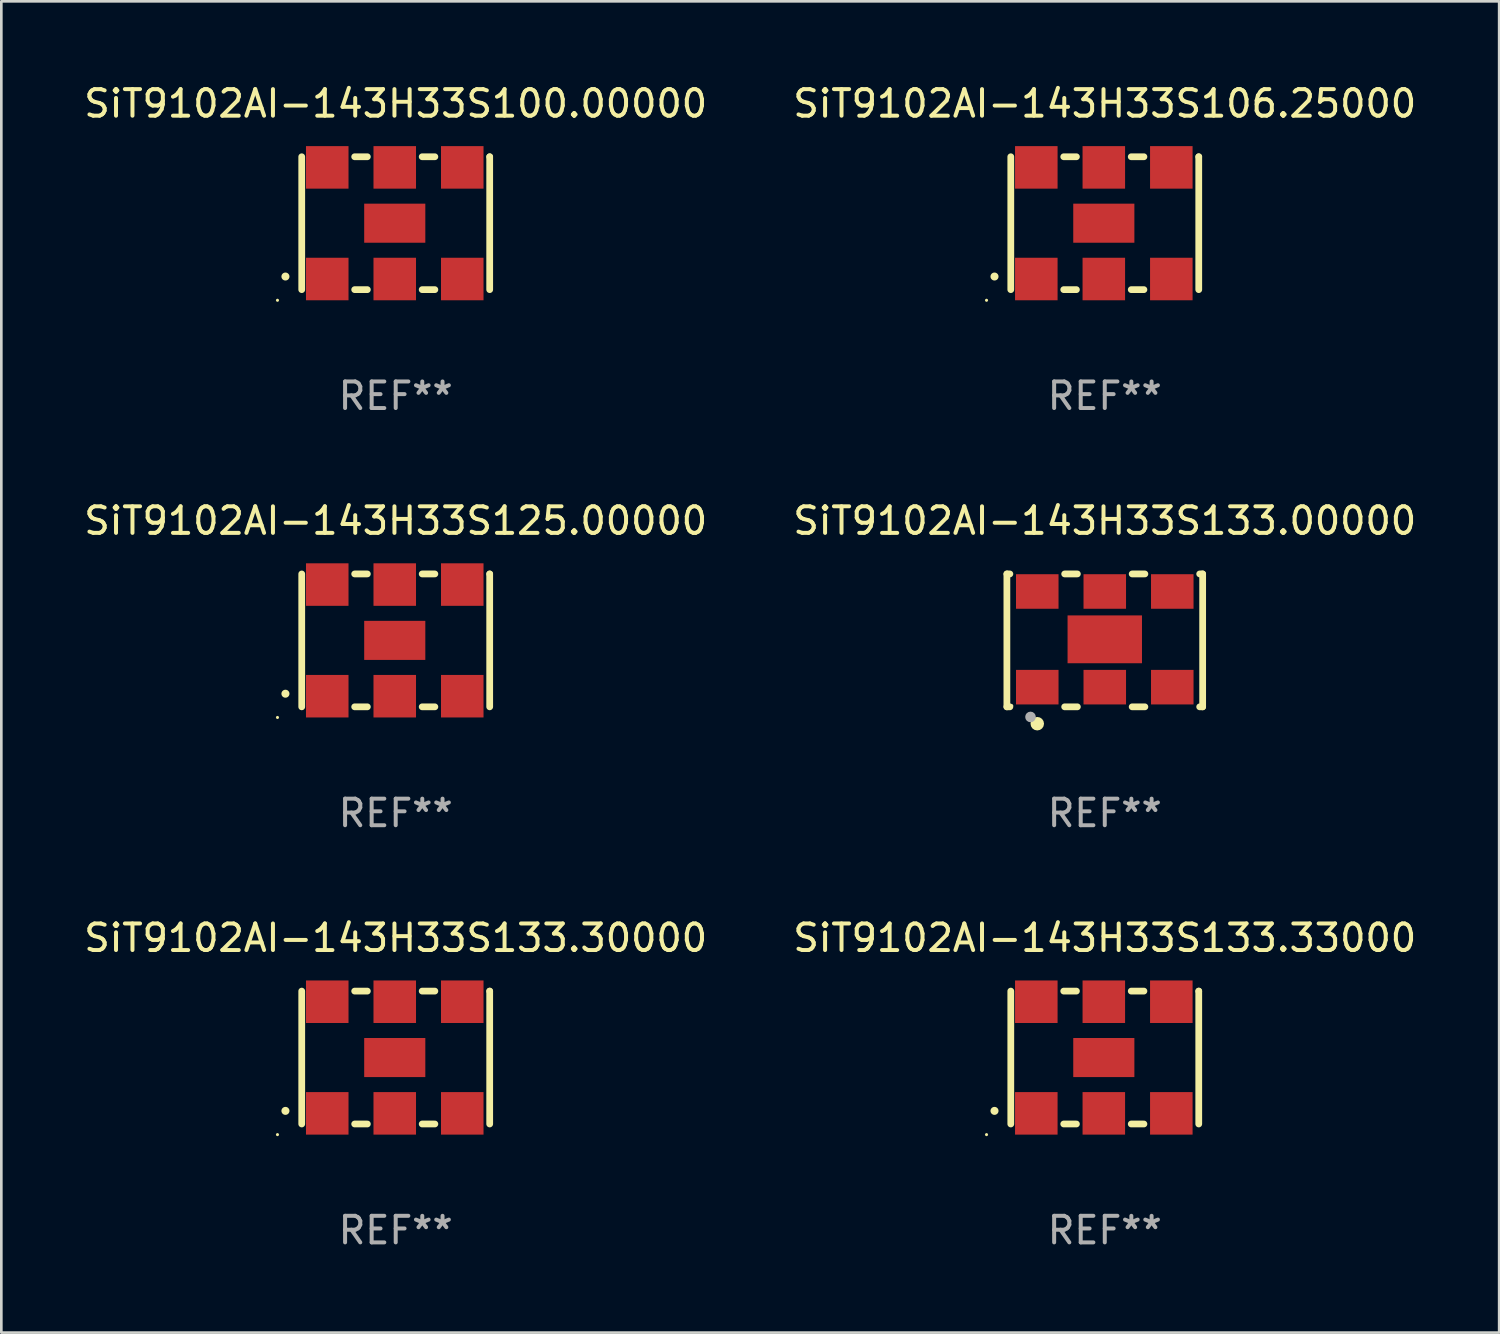
<source format=kicad_pcb>
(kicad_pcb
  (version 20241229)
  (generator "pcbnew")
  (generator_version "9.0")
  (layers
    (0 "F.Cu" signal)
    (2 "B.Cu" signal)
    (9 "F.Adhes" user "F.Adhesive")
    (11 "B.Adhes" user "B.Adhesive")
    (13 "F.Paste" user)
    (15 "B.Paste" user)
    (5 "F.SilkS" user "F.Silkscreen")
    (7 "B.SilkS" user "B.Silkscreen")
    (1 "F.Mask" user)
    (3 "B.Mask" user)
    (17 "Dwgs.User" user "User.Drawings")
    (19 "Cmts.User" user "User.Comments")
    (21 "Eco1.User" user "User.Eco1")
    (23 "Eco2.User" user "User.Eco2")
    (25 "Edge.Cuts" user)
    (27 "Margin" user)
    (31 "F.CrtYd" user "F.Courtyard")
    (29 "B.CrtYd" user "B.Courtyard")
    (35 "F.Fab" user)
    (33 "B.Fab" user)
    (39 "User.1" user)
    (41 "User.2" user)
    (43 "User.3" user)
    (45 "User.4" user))
  (footprint "SiT9102AI-143H33S100.00000"
    (layer "F.Cu")
    (at 11.839 5.348)
    (property "Reference" "SiT9102AI-143H33S100.00000" (at 0 -4.5 0) (layer "F.SilkS") (effects (font (size 1 1) (thickness 0.15))))
    (attr through_hole)
    (fp_line (start -3.536 -2.5) (end -3.536 2.5) (stroke (width 0.254) (type solid)) (layer "F.SilkS"))
    (fp_line (start -1.544 2.5) (end -1.067 2.5) (stroke (width 0.254) (type solid)) (layer "F.SilkS"))
    (fp_line (start -1.067 -2.5) (end -1.544 -2.5) (stroke (width 0.254) (type solid)) (layer "F.SilkS"))
    (fp_line (start 0.996 2.5) (end 1.473 2.5) (stroke (width 0.254) (type solid)) (layer "F.SilkS"))
    (fp_line (start 1.473 -2.5) (end 0.996 -2.5) (stroke (width 0.254) (type solid)) (layer "F.SilkS"))
    (fp_line (start 3.536 -2.5) (end 3.536 -2.5) (stroke (width 0.254) (type solid)) (layer "F.SilkS"))
    (fp_line (start 3.536 2.5) (end 3.536 -2.5) (stroke (width 0.254) (type solid)) (layer "F.SilkS"))
    (fp_arc (start -4.150432 2.006604) (mid -4.149162 2.006599) (end -4.147892 2.006604) (stroke (width 0.3) (type solid)) (layer "F.SilkS"))
    (fp_circle (center -4.449 2.9) (end -4.419 2.9) (stroke (width 0.06) (type solid)) (fill no) (layer "F.SilkS"))
    (fp_text user "REF**" (at 0 6.5 0) (layer "F.Fab") (effects (font (size 1 1) (thickness 0.15))))
    (pad "1" smd rect (at -2.576 2.1) (size 1.6 1.6) (layers "F.Cu" "F.Mask" "F.Paste"))
    (pad "2" smd rect (at -0.036 2.1) (size 1.6 1.6) (layers "F.Cu" "F.Mask" "F.Paste"))
    (pad "3" smd rect (at 2.504 2.1) (size 1.6 1.6) (layers "F.Cu" "F.Mask" "F.Paste"))
    (pad "4" smd rect (at 2.504 -2.1) (size 1.6 1.6) (layers "F.Cu" "F.Mask" "F.Paste"))
    (pad "5" smd rect (at -0.036 -2.1) (size 1.6 1.6) (layers "F.Cu" "F.Mask" "F.Paste"))
    (pad "6" smd rect (at -2.576 -2.1) (size 1.6 1.6) (layers "F.Cu" "F.Mask" "F.Paste"))
    (pad "7" smd rect (at -0.036 0) (size 2.3 1.47) (layers "F.Cu" "F.Mask" "F.Paste")))
  (footprint "SiT9102AI-143H33S133.00000"
    (layer "F.Cu")
    (at 38.518 21.045)
    (property "Reference" "SiT9102AI-143H33S133.00000" (at 0 -4.5 0) (layer "F.SilkS") (effects (font (size 1 1) (thickness 0.15))))
    (attr through_hole)
    (fp_line (start -3.683 -2.5) (end -3.571 -2.5) (stroke (width 0.254) (type solid)) (layer "F.SilkS"))
    (fp_line (start -3.683 2.5) (end -3.683 -2.5) (stroke (width 0.254) (type solid)) (layer "F.SilkS"))
    (fp_line (start -3.683 2.5) (end -3.571 2.5) (stroke (width 0.254) (type solid)) (layer "F.SilkS"))
    (fp_line (start -1.509 -2.5) (end -1.031 -2.5) (stroke (width 0.254) (type solid)) (layer "F.SilkS"))
    (fp_line (start -1.509 2.5) (end -1.031 2.5) (stroke (width 0.254) (type solid)) (layer "F.SilkS"))
    (fp_line (start 1.031 -2.5) (end 1.509 -2.5) (stroke (width 0.254) (type solid)) (layer "F.SilkS"))
    (fp_line (start 1.031 2.5) (end 1.509 2.5) (stroke (width 0.254) (type solid)) (layer "F.SilkS"))
    (fp_line (start 3.571 -2.5) (end 3.683 -2.5) (stroke (width 0.254) (type solid)) (layer "F.SilkS"))
    (fp_line (start 3.571 2.5) (end 3.683 2.5) (stroke (width 0.254) (type solid)) (layer "F.SilkS"))
    (fp_line (start 3.683 2.5) (end 3.683 -2.5) (stroke (width 0.254) (type solid)) (layer "F.SilkS"))
    (fp_circle (center -3.5 2.46) (end -3.47 2.46) (stroke (width 0.06) (type solid)) (fill no) (layer "F.SilkS"))
    (fp_circle (center -2.54 3.135) (end -2.413 3.135) (stroke (width 0.254) (type solid)) (fill no) (layer "F.SilkS"))
    (fp_circle (center -2.794 2.881) (end -2.694 2.881) (stroke (width 0.2) (type solid)) (fill no) (layer "F.Fab"))
    (fp_text user "REF**" (at 0 6.5 0) (layer "F.Fab") (effects (font (size 1 1) (thickness 0.15))))
    (pad "1" smd rect (at -2.54 1.76) (size 1.6 1.3) (layers "F.Cu" "F.Mask" "F.Paste"))
    (pad "2" smd rect (at 0 1.76) (size 1.6 1.3) (layers "F.Cu" "F.Mask" "F.Paste"))
    (pad "3" smd rect (at 2.54 1.76) (size 1.6 1.3) (layers "F.Cu" "F.Mask" "F.Paste"))
    (pad "4" smd rect (at 2.54 -1.84) (size 1.6 1.3) (layers "F.Cu" "F.Mask" "F.Paste"))
    (pad "5" smd rect (at 0 -1.84) (size 1.6 1.3) (layers "F.Cu" "F.Mask" "F.Paste"))
    (pad "6" smd rect (at -2.54 -1.84) (size 1.6 1.3) (layers "F.Cu" "F.Mask" "F.Paste"))
    (pad "7" smd rect (at 0 -0.04) (size 2.8 1.8) (layers "F.Cu" "F.Mask" "F.Paste")))
  (footprint "SiT9102AI-143H33S133.30000"
    (layer "F.Cu")
    (at 11.839 36.741)
    (property "Reference" "SiT9102AI-143H33S133.30000" (at 0 -4.5 0) (layer "F.SilkS") (effects (font (size 1 1) (thickness 0.15))))
    (attr through_hole)
    (fp_line (start -3.536 -2.5) (end -3.536 2.5) (stroke (width 0.254) (type solid)) (layer "F.SilkS"))
    (fp_line (start -1.544 2.5) (end -1.067 2.5) (stroke (width 0.254) (type solid)) (layer "F.SilkS"))
    (fp_line (start -1.067 -2.5) (end -1.544 -2.5) (stroke (width 0.254) (type solid)) (layer "F.SilkS"))
    (fp_line (start 0.996 2.5) (end 1.473 2.5) (stroke (width 0.254) (type solid)) (layer "F.SilkS"))
    (fp_line (start 1.473 -2.5) (end 0.996 -2.5) (stroke (width 0.254) (type solid)) (layer "F.SilkS"))
    (fp_line (start 3.536 -2.5) (end 3.536 -2.5) (stroke (width 0.254) (type solid)) (layer "F.SilkS"))
    (fp_line (start 3.536 2.5) (end 3.536 -2.5) (stroke (width 0.254) (type solid)) (layer "F.SilkS"))
    (fp_arc (start -4.150432 2.006604) (mid -4.149162 2.006599) (end -4.147892 2.006604) (stroke (width 0.3) (type solid)) (layer "F.SilkS"))
    (fp_circle (center -4.449 2.9) (end -4.419 2.9) (stroke (width 0.06) (type solid)) (fill no) (layer "F.SilkS"))
    (fp_text user "REF**" (at 0 6.5 0) (layer "F.Fab") (effects (font (size 1 1) (thickness 0.15))))
    (pad "1" smd rect (at -2.576 2.1) (size 1.6 1.6) (layers "F.Cu" "F.Mask" "F.Paste"))
    (pad "2" smd rect (at -0.036 2.1) (size 1.6 1.6) (layers "F.Cu" "F.Mask" "F.Paste"))
    (pad "3" smd rect (at 2.504 2.1) (size 1.6 1.6) (layers "F.Cu" "F.Mask" "F.Paste"))
    (pad "4" smd rect (at 2.504 -2.1) (size 1.6 1.6) (layers "F.Cu" "F.Mask" "F.Paste"))
    (pad "5" smd rect (at -0.036 -2.1) (size 1.6 1.6) (layers "F.Cu" "F.Mask" "F.Paste"))
    (pad "6" smd rect (at -2.576 -2.1) (size 1.6 1.6) (layers "F.Cu" "F.Mask" "F.Paste"))
    (pad "7" smd rect (at -0.036 0) (size 2.3 1.47) (layers "F.Cu" "F.Mask" "F.Paste")))
  (footprint "SiT9102AI-143H33S125.00000"
    (layer "F.Cu")
    (at 11.839 21.045)
    (property "Reference" "SiT9102AI-143H33S125.00000" (at 0 -4.5 0) (layer "F.SilkS") (effects (font (size 1 1) (thickness 0.15))))
    (attr through_hole)
    (fp_line (start -3.536 -2.5) (end -3.536 2.5) (stroke (width 0.254) (type solid)) (layer "F.SilkS"))
    (fp_line (start -1.544 2.5) (end -1.067 2.5) (stroke (width 0.254) (type solid)) (layer "F.SilkS"))
    (fp_line (start -1.067 -2.5) (end -1.544 -2.5) (stroke (width 0.254) (type solid)) (layer "F.SilkS"))
    (fp_line (start 0.996 2.5) (end 1.473 2.5) (stroke (width 0.254) (type solid)) (layer "F.SilkS"))
    (fp_line (start 1.473 -2.5) (end 0.996 -2.5) (stroke (width 0.254) (type solid)) (layer "F.SilkS"))
    (fp_line (start 3.536 -2.5) (end 3.536 -2.5) (stroke (width 0.254) (type solid)) (layer "F.SilkS"))
    (fp_line (start 3.536 2.5) (end 3.536 -2.5) (stroke (width 0.254) (type solid)) (layer "F.SilkS"))
    (fp_arc (start -4.150432 2.006604) (mid -4.149162 2.006599) (end -4.147892 2.006604) (stroke (width 0.3) (type solid)) (layer "F.SilkS"))
    (fp_circle (center -4.449 2.9) (end -4.419 2.9) (stroke (width 0.06) (type solid)) (fill no) (layer "F.SilkS"))
    (fp_text user "REF**" (at 0 6.5 0) (layer "F.Fab") (effects (font (size 1 1) (thickness 0.15))))
    (pad "1" smd rect (at -2.576 2.1) (size 1.6 1.6) (layers "F.Cu" "F.Mask" "F.Paste"))
    (pad "2" smd rect (at -0.036 2.1) (size 1.6 1.6) (layers "F.Cu" "F.Mask" "F.Paste"))
    (pad "3" smd rect (at 2.504 2.1) (size 1.6 1.6) (layers "F.Cu" "F.Mask" "F.Paste"))
    (pad "4" smd rect (at 2.504 -2.1) (size 1.6 1.6) (layers "F.Cu" "F.Mask" "F.Paste"))
    (pad "5" smd rect (at -0.036 -2.1) (size 1.6 1.6) (layers "F.Cu" "F.Mask" "F.Paste"))
    (pad "6" smd rect (at -2.576 -2.1) (size 1.6 1.6) (layers "F.Cu" "F.Mask" "F.Paste"))
    (pad "7" smd rect (at -0.036 0) (size 2.3 1.47) (layers "F.Cu" "F.Mask" "F.Paste")))
  (footprint "SiT9102AI-143H33S106.25000"
    (layer "F.Cu")
    (at 38.518 5.348)
    (property "Reference" "SiT9102AI-143H33S106.25000" (at 0 -4.5 0) (layer "F.SilkS") (effects (font (size 1 1) (thickness 0.15))))
    (attr through_hole)
    (fp_line (start -3.536 -2.5) (end -3.536 2.5) (stroke (width 0.254) (type solid)) (layer "F.SilkS"))
    (fp_line (start -1.544 2.5) (end -1.067 2.5) (stroke (width 0.254) (type solid)) (layer "F.SilkS"))
    (fp_line (start -1.067 -2.5) (end -1.544 -2.5) (stroke (width 0.254) (type solid)) (layer "F.SilkS"))
    (fp_line (start 0.996 2.5) (end 1.473 2.5) (stroke (width 0.254) (type solid)) (layer "F.SilkS"))
    (fp_line (start 1.473 -2.5) (end 0.996 -2.5) (stroke (width 0.254) (type solid)) (layer "F.SilkS"))
    (fp_line (start 3.536 -2.5) (end 3.536 -2.5) (stroke (width 0.254) (type solid)) (layer "F.SilkS"))
    (fp_line (start 3.536 2.5) (end 3.536 -2.5) (stroke (width 0.254) (type solid)) (layer "F.SilkS"))
    (fp_arc (start -4.150432 2.006604) (mid -4.149162 2.006599) (end -4.147892 2.006604) (stroke (width 0.3) (type solid)) (layer "F.SilkS"))
    (fp_circle (center -4.449 2.9) (end -4.419 2.9) (stroke (width 0.06) (type solid)) (fill no) (layer "F.SilkS"))
    (fp_text user "REF**" (at 0 6.5 0) (layer "F.Fab") (effects (font (size 1 1) (thickness 0.15))))
    (pad "1" smd rect (at -2.576 2.1) (size 1.6 1.6) (layers "F.Cu" "F.Mask" "F.Paste"))
    (pad "2" smd rect (at -0.036 2.1) (size 1.6 1.6) (layers "F.Cu" "F.Mask" "F.Paste"))
    (pad "3" smd rect (at 2.504 2.1) (size 1.6 1.6) (layers "F.Cu" "F.Mask" "F.Paste"))
    (pad "4" smd rect (at 2.504 -2.1) (size 1.6 1.6) (layers "F.Cu" "F.Mask" "F.Paste"))
    (pad "5" smd rect (at -0.036 -2.1) (size 1.6 1.6) (layers "F.Cu" "F.Mask" "F.Paste"))
    (pad "6" smd rect (at -2.576 -2.1) (size 1.6 1.6) (layers "F.Cu" "F.Mask" "F.Paste"))
    (pad "7" smd rect (at -0.036 0) (size 2.3 1.47) (layers "F.Cu" "F.Mask" "F.Paste")))
  (footprint "SiT9102AI-143H33S133.33000"
    (layer "F.Cu")
    (at 38.518 36.741)
    (property "Reference" "SiT9102AI-143H33S133.33000" (at 0 -4.5 0) (layer "F.SilkS") (effects (font (size 1 1) (thickness 0.15))))
    (attr through_hole)
    (fp_line (start -3.536 -2.5) (end -3.536 2.5) (stroke (width 0.254) (type solid)) (layer "F.SilkS"))
    (fp_line (start -1.544 2.5) (end -1.067 2.5) (stroke (width 0.254) (type solid)) (layer "F.SilkS"))
    (fp_line (start -1.067 -2.5) (end -1.544 -2.5) (stroke (width 0.254) (type solid)) (layer "F.SilkS"))
    (fp_line (start 0.996 2.5) (end 1.473 2.5) (stroke (width 0.254) (type solid)) (layer "F.SilkS"))
    (fp_line (start 1.473 -2.5) (end 0.996 -2.5) (stroke (width 0.254) (type solid)) (layer "F.SilkS"))
    (fp_line (start 3.536 -2.5) (end 3.536 -2.5) (stroke (width 0.254) (type solid)) (layer "F.SilkS"))
    (fp_line (start 3.536 2.5) (end 3.536 -2.5) (stroke (width 0.254) (type solid)) (layer "F.SilkS"))
    (fp_arc (start -4.150432 2.006604) (mid -4.149162 2.006599) (end -4.147892 2.006604) (stroke (width 0.3) (type solid)) (layer "F.SilkS"))
    (fp_circle (center -4.449 2.9) (end -4.419 2.9) (stroke (width 0.06) (type solid)) (fill no) (layer "F.SilkS"))
    (fp_text user "REF**" (at 0 6.5 0) (layer "F.Fab") (effects (font (size 1 1) (thickness 0.15))))
    (pad "1" smd rect (at -2.576 2.1) (size 1.6 1.6) (layers "F.Cu" "F.Mask" "F.Paste"))
    (pad "2" smd rect (at -0.036 2.1) (size 1.6 1.6) (layers "F.Cu" "F.Mask" "F.Paste"))
    (pad "3" smd rect (at 2.504 2.1) (size 1.6 1.6) (layers "F.Cu" "F.Mask" "F.Paste"))
    (pad "4" smd rect (at 2.504 -2.1) (size 1.6 1.6) (layers "F.Cu" "F.Mask" "F.Paste"))
    (pad "5" smd rect (at -0.036 -2.1) (size 1.6 1.6) (layers "F.Cu" "F.Mask" "F.Paste"))
    (pad "6" smd rect (at -2.576 -2.1) (size 1.6 1.6) (layers "F.Cu" "F.Mask" "F.Paste"))
    (pad "7" smd rect (at -0.036 0) (size 2.3 1.47) (layers "F.Cu" "F.Mask" "F.Paste")))
  (gr_rect
    (start -3 -3)
    (end 53.357 47.09)
    (stroke (width 0.1) (type default))
    (fill no)
    (layer "Edge.Cuts")))
</source>
